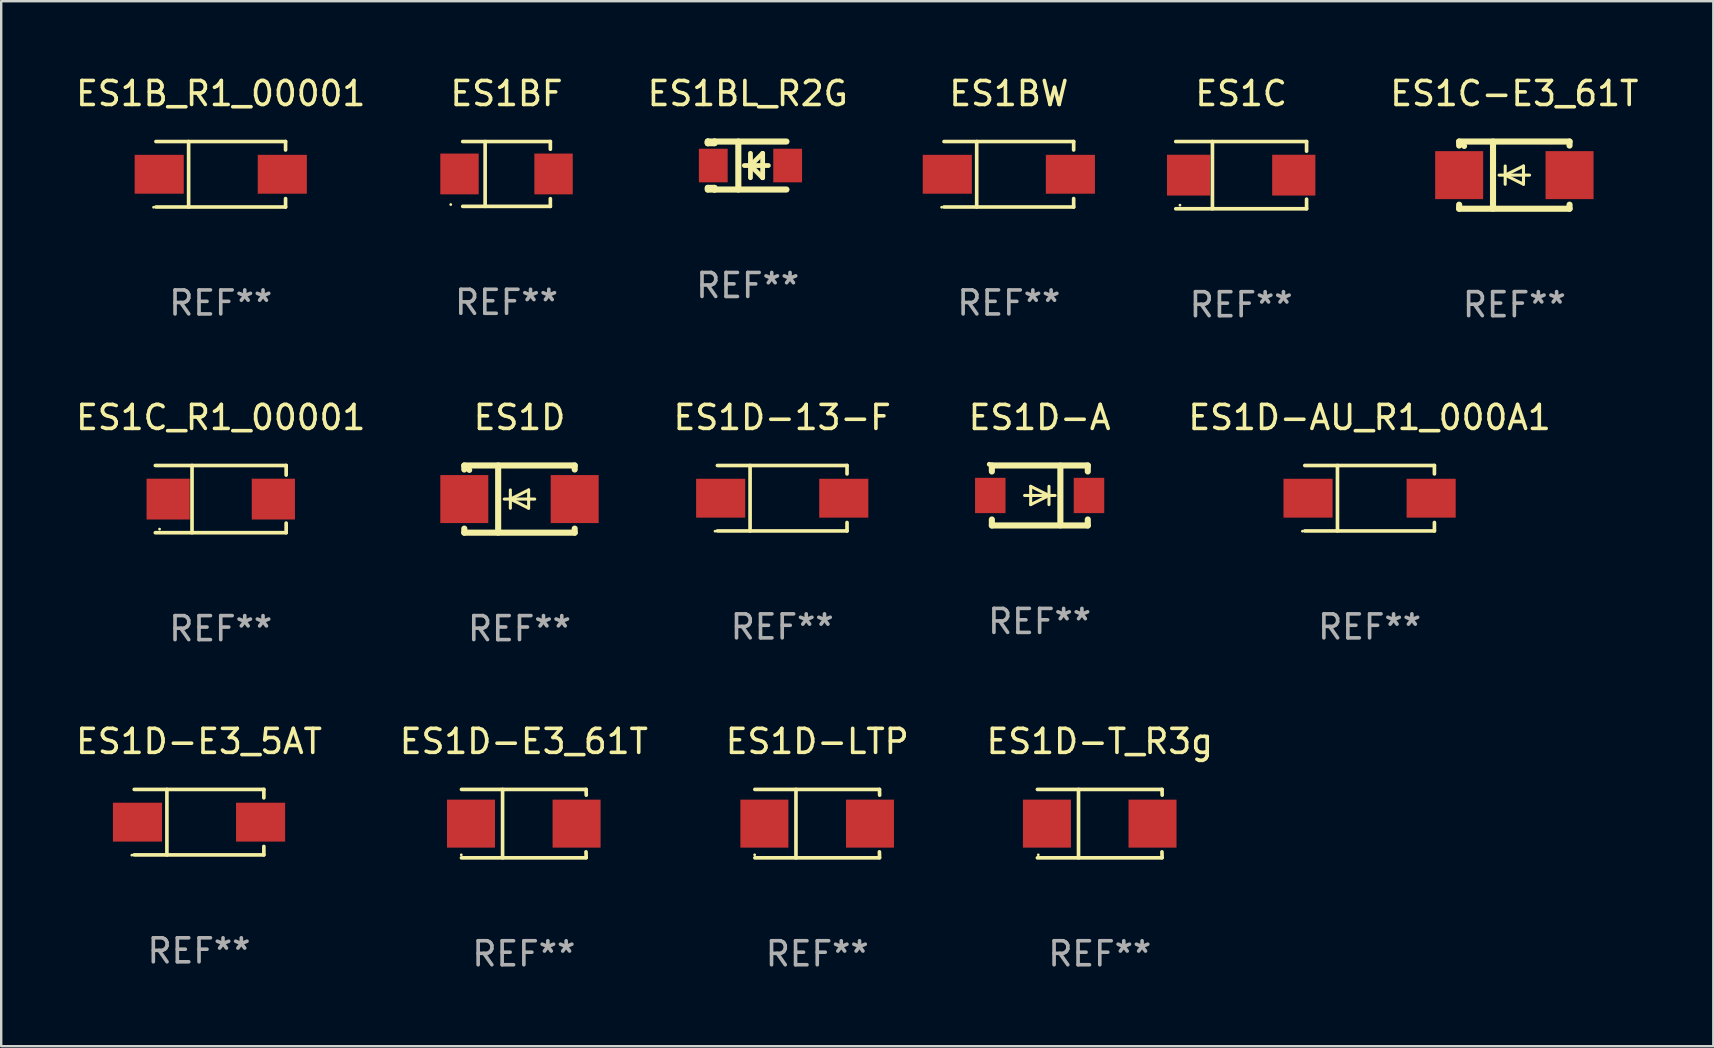
<source format=kicad_pcb>
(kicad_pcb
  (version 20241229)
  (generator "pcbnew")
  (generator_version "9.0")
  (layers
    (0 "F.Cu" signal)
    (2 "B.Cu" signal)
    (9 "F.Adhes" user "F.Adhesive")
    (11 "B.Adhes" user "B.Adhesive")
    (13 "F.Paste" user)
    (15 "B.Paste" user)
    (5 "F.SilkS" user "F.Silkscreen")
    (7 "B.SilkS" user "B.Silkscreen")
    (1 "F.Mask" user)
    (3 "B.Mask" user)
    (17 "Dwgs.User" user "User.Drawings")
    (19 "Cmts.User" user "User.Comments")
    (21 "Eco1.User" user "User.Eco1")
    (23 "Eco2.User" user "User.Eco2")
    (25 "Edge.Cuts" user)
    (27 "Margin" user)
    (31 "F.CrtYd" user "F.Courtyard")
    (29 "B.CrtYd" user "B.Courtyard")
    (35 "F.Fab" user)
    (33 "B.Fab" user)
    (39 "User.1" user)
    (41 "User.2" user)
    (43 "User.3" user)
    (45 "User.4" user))
  (footprint "ES1D-E3_61T"
    (layer "F.Cu")
    (at 18.78 31.272)
    (property "Reference" "ES1D-E3_61T" (at 0 -3.426 0) (layer "F.SilkS") (effects (font (size 1 1) (thickness 0.15))))
    (attr through_hole)
    (fp_line (start -2.6 -1.426) (end 2.593 -1.426) (stroke (width 0.152) (type solid)) (layer "F.SilkS"))
    (fp_line (start -2.6 1.426) (end 2.593 1.426) (stroke (width 0.152) (type solid)) (layer "F.SilkS"))
    (fp_line (start -0.887 -1.426) (end -0.887 1.426) (stroke (width 0.152) (type solid)) (layer "F.SilkS"))
    (fp_line (start 2.59 1.176) (end 2.597 1.415) (stroke (width 0.152) (type solid)) (layer "F.SilkS"))
    (fp_line (start 2.593 -1.426) (end 2.6 -1.187) (stroke (width 0.152) (type solid)) (layer "F.SilkS"))
    (fp_circle (center -2.608 1.3) (end -2.578 1.3) (stroke (width 0.06) (type solid)) (fill no) (layer "F.SilkS"))
    (fp_text user "REF**" (at 0 5.426 0) (layer "F.Fab") (effects (font (size 1 1) (thickness 0.15))))
    (pad "1" smd rect (at -2.203 0 180) (size 2 2) (layers "F.Cu" "F.Mask" "F.Paste"))
    (pad "2" smd rect (at 2.197 0 180) (size 2 2) (layers "F.Cu" "F.Mask" "F.Paste")))
  (footprint "ES1C_R1_00001"
    (layer "F.Cu")
    (at 6.149 17.748)
    (property "Reference" "ES1C_R1_00001" (at 0 -3.401 0) (layer "F.SilkS") (effects (font (size 1 1) (thickness 0.15))))
    (attr through_hole)
    (fp_line (start -2.726 -1.401) (end 2.726 -1.401) (stroke (width 0.152) (type solid)) (layer "F.SilkS"))
    (fp_line (start -2.726 1.401) (end 2.726 1.401) (stroke (width 0.152) (type solid)) (layer "F.SilkS"))
    (fp_line (start -1.197 -1.401) (end -1.197 1.401) (stroke (width 0.152) (type solid)) (layer "F.SilkS"))
    (fp_line (start 2.726 -1.401) (end 2.726 -1) (stroke (width 0.152) (type solid)) (layer "F.SilkS"))
    (fp_line (start 2.726 1.401) (end 2.726 1) (stroke (width 0.152) (type solid)) (layer "F.SilkS"))
    (fp_circle (center -2.55 1.25) (end -2.52 1.25) (stroke (width 0.06) (type solid)) (fill no) (layer "F.SilkS"))
    (fp_text user "REF**" (at 0 5.401 0) (layer "F.Fab") (effects (font (size 1 1) (thickness 0.15))))
    (pad "1" smd rect (at -2.192 0) (size 1.8 1.7) (layers "F.Cu" "F.Mask" "F.Paste"))
    (pad "2" smd rect (at 2.192 0) (size 1.8 1.7) (layers "F.Cu" "F.Mask" "F.Paste")))
  (footprint "ES1BL_R2G"
    (layer "F.Cu")
    (at 28.109 3.848)
    (property "Reference" "ES1BL_R2G" (at 0 -3 0) (layer "F.SilkS") (effects (font (size 1 1) (thickness 0.15))))
    (attr through_hole)
    (fp_line (start -1.664 -1) (end -1.664 -0.931) (stroke (width 0.254) (type solid)) (layer "F.SilkS"))
    (fp_line (start -1.664 -0.931) (end -1.664 -1) (stroke (width 0.254) (type solid)) (layer "F.SilkS"))
    (fp_line (start -1.664 0.931) (end -1.386 0.931) (stroke (width 0.254) (type solid)) (layer "F.SilkS"))
    (fp_line (start -1.664 1) (end -1.664 0.931) (stroke (width 0.254) (type solid)) (layer "F.SilkS"))
    (fp_line (start -1.386 -1) (end -1.664 -1) (stroke (width 0.254) (type solid)) (layer "F.SilkS"))
    (fp_line (start -1.386 -1) (end -1.386 -0.931) (stroke (width 0.254) (type solid)) (layer "F.SilkS"))
    (fp_line (start -1.386 -1) (end 1.614 -1) (stroke (width 0.254) (type solid)) (layer "F.SilkS"))
    (fp_line (start -1.386 -0.931) (end -1.664 -0.931) (stroke (width 0.254) (type solid)) (layer "F.SilkS"))
    (fp_line (start -1.386 0.931) (end -1.386 1) (stroke (width 0.254) (type solid)) (layer "F.SilkS"))
    (fp_line (start -1.386 1) (end -1.664 1) (stroke (width 0.254) (type solid)) (layer "F.SilkS"))
    (fp_line (start -1.386 1) (end 1.614 1) (stroke (width 0.254) (type solid)) (layer "F.SilkS"))
    (fp_line (start -0.392 -1) (end -0.392 1) (stroke (width 0.254) (type solid)) (layer "F.SilkS"))
    (fp_line (start -0.14 0) (end 0.86 0) (stroke (width 0.2) (type solid)) (layer "F.SilkS"))
    (fp_line (start 0.114 -0.508) (end 0.114 0.508) (stroke (width 0.2) (type solid)) (layer "F.SilkS"))
    (fp_line (start 0.114 0) (end 0.622 -0.508) (stroke (width 0.2) (type solid)) (layer "F.SilkS"))
    (fp_line (start 0.622 -0.508) (end 0.622 0.508) (stroke (width 0.2) (type solid)) (layer "F.SilkS"))
    (fp_line (start 0.622 0.508) (end 0.114 0) (stroke (width 0.2) (type solid)) (layer "F.SilkS"))
    (fp_circle (center -1.692 0.9) (end -1.662 0.9) (stroke (width 0.06) (type solid)) (fill no) (layer "F.SilkS"))
    (fp_text user "REF**" (at 0 5 0) (layer "F.Fab") (effects (font (size 1 1) (thickness 0.15))))
    (pad "1" smd rect (at -1.436 0) (size 1.2 1.4) (layers "F.Cu" "F.Mask" "F.Paste"))
    (pad "2" smd rect (at 1.664 0) (size 1.2 1.4) (layers "F.Cu" "F.Mask" "F.Paste")))
  (footprint "ES1C"
    (layer "F.Cu")
    (at 48.671 4.249)
    (property "Reference" "ES1C" (at 0 -3.401 0) (layer "F.SilkS") (effects (font (size 1 1) (thickness 0.15))))
    (attr through_hole)
    (fp_line (start -2.726 -1.401) (end 2.726 -1.401) (stroke (width 0.152) (type solid)) (layer "F.SilkS"))
    (fp_line (start -2.726 1.401) (end 2.726 1.401) (stroke (width 0.152) (type solid)) (layer "F.SilkS"))
    (fp_line (start -1.197 -1.401) (end -1.197 1.401) (stroke (width 0.152) (type solid)) (layer "F.SilkS"))
    (fp_line (start 2.726 -1.401) (end 2.726 -1) (stroke (width 0.152) (type solid)) (layer "F.SilkS"))
    (fp_line (start 2.726 1.401) (end 2.726 1) (stroke (width 0.152) (type solid)) (layer "F.SilkS"))
    (fp_circle (center -2.55 1.25) (end -2.52 1.25) (stroke (width 0.06) (type solid)) (fill no) (layer "F.SilkS"))
    (fp_text user "REF**" (at 0 5.401 0) (layer "F.Fab") (effects (font (size 1 1) (thickness 0.15))))
    (pad "1" smd rect (at -2.192 0) (size 1.8 1.7) (layers "F.Cu" "F.Mask" "F.Paste"))
    (pad "2" smd rect (at 2.192 0) (size 1.8 1.7) (layers "F.Cu" "F.Mask" "F.Paste")))
  (footprint "ES1D"
    (layer "F.Cu")
    (at 18.598 17.747)
    (property "Reference" "ES1D" (at 0 -3.4 0) (layer "F.SilkS") (effects (font (size 1 1) (thickness 0.15))))
    (attr through_hole)
    (fp_line (start -2.3 -1.4) (end -2.3 -1.231) (stroke (width 0.254) (type solid)) (layer "F.SilkS"))
    (fp_line (start -2.3 -1.4) (end 2.3 -1.4) (stroke (width 0.254) (type solid)) (layer "F.SilkS"))
    (fp_line (start -2.3 1.231) (end -2.3 1.4) (stroke (width 0.254) (type solid)) (layer "F.SilkS"))
    (fp_line (start -2.3 1.4) (end 2.3 1.4) (stroke (width 0.254) (type solid)) (layer "F.SilkS"))
    (fp_line (start -0.889 1.4) (end -0.889 -1.4) (stroke (width 0.254) (type solid)) (layer "F.SilkS"))
    (fp_line (start -0.381 0) (end -0.381 -0.381) (stroke (width 0.127) (type solid)) (layer "F.SilkS"))
    (fp_line (start -0.381 0) (end -0.381 0.381) (stroke (width 0.127) (type solid)) (layer "F.SilkS"))
    (fp_line (start 0.381 -0.381) (end -0.381 0) (stroke (width 0.127) (type solid)) (layer "F.SilkS"))
    (fp_line (start 0.381 0) (end 0.381 -0.381) (stroke (width 0.127) (type solid)) (layer "F.SilkS"))
    (fp_line (start 0.381 0) (end 0.381 0.381) (stroke (width 0.127) (type solid)) (layer "F.SilkS"))
    (fp_line (start 0.381 0.381) (end -0.381 0) (stroke (width 0.127) (type solid)) (layer "F.SilkS"))
    (fp_line (start 0.635 0) (end -0.635 0) (stroke (width 0.127) (type solid)) (layer "F.SilkS"))
    (fp_line (start 2.3 -1.4) (end 2.3 -1.231) (stroke (width 0.254) (type solid)) (layer "F.SilkS"))
    (fp_line (start 2.3 1.231) (end 2.3 1.4) (stroke (width 0.254) (type solid)) (layer "F.SilkS"))
    (fp_circle (center -2.088 -1.208) (end -2.028 -1.208) (stroke (width 0.12) (type solid)) (fill no) (layer "F.SilkS"))
    (fp_text user "REF**" (at 0 5.4 0) (layer "F.Fab") (effects (font (size 1 1) (thickness 0.15))))
    (pad "1" smd rect (at -2.3 0 180) (size 2 2) (layers "F.Cu" "F.Mask" "F.Paste"))
    (pad "2" smd rect (at 2.3 0 180) (size 2 2) (layers "F.Cu" "F.Mask" "F.Paste")))
  (footprint "ES1BW"
    (layer "F.Cu")
    (at 38.99 4.212)
    (property "Reference" "ES1BW" (at 0 -3.364 0) (layer "F.SilkS") (effects (font (size 1 1) (thickness 0.15))))
    (attr through_hole)
    (fp_line (start -2.701 -1.364) (end 2.701 -1.364) (stroke (width 0.152) (type solid)) (layer "F.SilkS"))
    (fp_line (start -2.701 1.364) (end 2.701 1.364) (stroke (width 0.152) (type solid)) (layer "F.SilkS"))
    (fp_line (start -1.339 -1.364) (end -1.339 1.364) (stroke (width 0.152) (type solid)) (layer "F.SilkS"))
    (fp_line (start 2.701 -1.364) (end 2.701 -1.013) (stroke (width 0.152) (type solid)) (layer "F.SilkS"))
    (fp_line (start 2.701 1.364) (end 2.701 1.013) (stroke (width 0.152) (type solid)) (layer "F.SilkS"))
    (fp_circle (center -2.8 1.375) (end -2.77 1.375) (stroke (width 0.06) (type solid)) (fill no) (layer "F.SilkS"))
    (fp_text user "REF**" (at 0 5.364 0) (layer "F.Fab") (effects (font (size 1 1) (thickness 0.15))))
    (pad "1" smd rect (at -2.565 -0.000025) (size 2.046 1.62) (layers "F.Cu" "F.Mask" "F.Paste"))
    (pad "2" smd rect (at 2.565 -0.000025) (size 2.046 1.62) (layers "F.Cu" "F.Mask" "F.Paste")))
  (footprint "ES1BF"
    (layer "F.Cu")
    (at 18.058 4.199)
    (property "Reference" "ES1BF" (at 0 -3.351 0) (layer "F.SilkS") (effects (font (size 1 1) (thickness 0.15))))
    (attr through_hole)
    (fp_line (start -1.826 -1.351) (end 1.826 -1.351) (stroke (width 0.152) (type solid)) (layer "F.SilkS"))
    (fp_line (start -1.826 1.351) (end 1.826 1.351) (stroke (width 0.152) (type solid)) (layer "F.SilkS"))
    (fp_line (start -0.892 -1.351) (end -0.892 1.351) (stroke (width 0.152) (type solid)) (layer "F.SilkS"))
    (fp_line (start 1.826 -1.351) (end 1.826 -1.03) (stroke (width 0.152) (type solid)) (layer "F.SilkS"))
    (fp_line (start 1.826 1.03) (end 1.826 1.351) (stroke (width 0.152) (type solid)) (layer "F.SilkS"))
    (fp_circle (center -2.325 1.275) (end -2.295 1.275) (stroke (width 0.06) (type solid)) (fill no) (layer "F.SilkS"))
    (fp_text user "REF**" (at 0 5.351 0) (layer "F.Fab") (effects (font (size 1 1) (thickness 0.15))))
    (pad "1" smd rect (at -1.96 0 180) (size 1.6 1.7) (layers "F.Cu" "F.Mask" "F.Paste"))
    (pad "2" smd rect (at 1.96 0 180) (size 1.6 1.7) (layers "F.Cu" "F.Mask" "F.Paste")))
  (footprint "ES1D-LTP"
    (layer "F.Cu")
    (at 31.006 31.272)
    (property "Reference" "ES1D-LTP" (at 0 -3.426 0) (layer "F.SilkS") (effects (font (size 1 1) (thickness 0.15))))
    (attr through_hole)
    (fp_line (start -2.6 -1.426) (end 2.593 -1.426) (stroke (width 0.152) (type solid)) (layer "F.SilkS"))
    (fp_line (start -2.6 1.426) (end 2.593 1.426) (stroke (width 0.152) (type solid)) (layer "F.SilkS"))
    (fp_line (start -0.887 -1.426) (end -0.887 1.426) (stroke (width 0.152) (type solid)) (layer "F.SilkS"))
    (fp_line (start 2.59 1.176) (end 2.597 1.415) (stroke (width 0.152) (type solid)) (layer "F.SilkS"))
    (fp_line (start 2.593 -1.426) (end 2.6 -1.187) (stroke (width 0.152) (type solid)) (layer "F.SilkS"))
    (fp_circle (center -2.608 1.3) (end -2.578 1.3) (stroke (width 0.06) (type solid)) (fill no) (layer "F.SilkS"))
    (fp_text user "REF**" (at 0 5.426 0) (layer "F.Fab") (effects (font (size 1 1) (thickness 0.15))))
    (pad "1" smd rect (at -2.203 0 180) (size 2 2) (layers "F.Cu" "F.Mask" "F.Paste"))
    (pad "2" smd rect (at 2.197 0 180) (size 2 2) (layers "F.Cu" "F.Mask" "F.Paste")))
  (footprint "ES1D-E3_5AT"
    (layer "F.Cu")
    (at 5.244 31.21)
    (property "Reference" "ES1D-E3_5AT" (at 0 -3.364 0) (layer "F.SilkS") (effects (font (size 1 1) (thickness 0.15))))
    (attr through_hole)
    (fp_line (start -2.701 -1.364) (end 2.701 -1.364) (stroke (width 0.152) (type solid)) (layer "F.SilkS"))
    (fp_line (start -2.701 1.364) (end 2.701 1.364) (stroke (width 0.152) (type solid)) (layer "F.SilkS"))
    (fp_line (start -1.339 -1.364) (end -1.339 1.364) (stroke (width 0.152) (type solid)) (layer "F.SilkS"))
    (fp_line (start 2.701 -1.364) (end 2.701 -1.013) (stroke (width 0.152) (type solid)) (layer "F.SilkS"))
    (fp_line (start 2.701 1.364) (end 2.701 1.013) (stroke (width 0.152) (type solid)) (layer "F.SilkS"))
    (fp_circle (center -2.8 1.375) (end -2.77 1.375) (stroke (width 0.06) (type solid)) (fill no) (layer "F.SilkS"))
    (fp_text user "REF**" (at 0 5.364 0) (layer "F.Fab") (effects (font (size 1 1) (thickness 0.15))))
    (pad "1" smd rect (at -2.565 -0.000025) (size 2.046 1.62) (layers "F.Cu" "F.Mask" "F.Paste"))
    (pad "2" smd rect (at 2.565 -0.000025) (size 2.046 1.62) (layers "F.Cu" "F.Mask" "F.Paste")))
  (footprint "ES1D-AU_R1_000A1"
    (layer "F.Cu")
    (at 54.023 17.711)
    (property "Reference" "ES1D-AU_R1_000A1" (at 0 -3.364 0) (layer "F.SilkS") (effects (font (size 1 1) (thickness 0.15))))
    (attr through_hole)
    (fp_line (start -2.701 -1.364) (end 2.701 -1.364) (stroke (width 0.152) (type solid)) (layer "F.SilkS"))
    (fp_line (start -2.701 1.364) (end 2.701 1.364) (stroke (width 0.152) (type solid)) (layer "F.SilkS"))
    (fp_line (start -1.339 -1.364) (end -1.339 1.364) (stroke (width 0.152) (type solid)) (layer "F.SilkS"))
    (fp_line (start 2.701 -1.364) (end 2.701 -1.013) (stroke (width 0.152) (type solid)) (layer "F.SilkS"))
    (fp_line (start 2.701 1.364) (end 2.701 1.013) (stroke (width 0.152) (type solid)) (layer "F.SilkS"))
    (fp_circle (center -2.8 1.375) (end -2.77 1.375) (stroke (width 0.06) (type solid)) (fill no) (layer "F.SilkS"))
    (fp_text user "REF**" (at 0 5.364 0) (layer "F.Fab") (effects (font (size 1 1) (thickness 0.15))))
    (pad "1" smd rect (at -2.565 -0.000025) (size 2.046 1.62) (layers "F.Cu" "F.Mask" "F.Paste"))
    (pad "2" smd rect (at 2.565 -0.000025) (size 2.046 1.62) (layers "F.Cu" "F.Mask" "F.Paste")))
  (footprint "ES1D-13-F"
    (layer "F.Cu")
    (at 29.546 17.711)
    (property "Reference" "ES1D-13-F" (at 0 -3.364 0) (layer "F.SilkS") (effects (font (size 1 1) (thickness 0.15))))
    (attr through_hole)
    (fp_line (start -2.701 -1.364) (end 2.701 -1.364) (stroke (width 0.152) (type solid)) (layer "F.SilkS"))
    (fp_line (start -2.701 1.364) (end 2.701 1.364) (stroke (width 0.152) (type solid)) (layer "F.SilkS"))
    (fp_line (start -1.339 -1.364) (end -1.339 1.364) (stroke (width 0.152) (type solid)) (layer "F.SilkS"))
    (fp_line (start 2.701 -1.364) (end 2.701 -1.013) (stroke (width 0.152) (type solid)) (layer "F.SilkS"))
    (fp_line (start 2.701 1.364) (end 2.701 1.013) (stroke (width 0.152) (type solid)) (layer "F.SilkS"))
    (fp_circle (center -2.8 1.375) (end -2.77 1.375) (stroke (width 0.06) (type solid)) (fill no) (layer "F.SilkS"))
    (fp_text user "REF**" (at 0 5.364 0) (layer "F.Fab") (effects (font (size 1 1) (thickness 0.15))))
    (pad "1" smd rect (at -2.565 -0.000025) (size 2.046 1.62) (layers "F.Cu" "F.Mask" "F.Paste"))
    (pad "2" smd rect (at 2.565 -0.000025) (size 2.046 1.62) (layers "F.Cu" "F.Mask" "F.Paste")))
  (footprint "ES1B_R1_00001"
    (layer "F.Cu")
    (at 6.149 4.212)
    (property "Reference" "ES1B_R1_00001" (at 0 -3.364 0) (layer "F.SilkS") (effects (font (size 1 1) (thickness 0.15))))
    (attr through_hole)
    (fp_line (start -2.701 -1.364) (end 2.701 -1.364) (stroke (width 0.152) (type solid)) (layer "F.SilkS"))
    (fp_line (start -2.701 1.364) (end 2.701 1.364) (stroke (width 0.152) (type solid)) (layer "F.SilkS"))
    (fp_line (start -1.339 -1.364) (end -1.339 1.364) (stroke (width 0.152) (type solid)) (layer "F.SilkS"))
    (fp_line (start 2.701 -1.364) (end 2.701 -1.013) (stroke (width 0.152) (type solid)) (layer "F.SilkS"))
    (fp_line (start 2.701 1.364) (end 2.701 1.013) (stroke (width 0.152) (type solid)) (layer "F.SilkS"))
    (fp_circle (center -2.8 1.375) (end -2.77 1.375) (stroke (width 0.06) (type solid)) (fill no) (layer "F.SilkS"))
    (fp_text user "REF**" (at 0 5.364 0) (layer "F.Fab") (effects (font (size 1 1) (thickness 0.15))))
    (pad "1" smd rect (at -2.565 -0.000025) (size 2.046 1.62) (layers "F.Cu" "F.Mask" "F.Paste"))
    (pad "2" smd rect (at 2.565 -0.000025) (size 2.046 1.62) (layers "F.Cu" "F.Mask" "F.Paste")))
  (footprint "ES1D-T_R3g"
    (layer "F.Cu")
    (at 42.78 31.272)
    (property "Reference" "ES1D-T_R3g" (at 0 -3.426 0) (layer "F.SilkS") (effects (font (size 1 1) (thickness 0.15))))
    (attr through_hole)
    (fp_line (start -2.6 -1.426) (end 2.593 -1.426) (stroke (width 0.152) (type solid)) (layer "F.SilkS"))
    (fp_line (start -2.6 1.426) (end 2.593 1.426) (stroke (width 0.152) (type solid)) (layer "F.SilkS"))
    (fp_line (start -0.887 -1.426) (end -0.887 1.426) (stroke (width 0.152) (type solid)) (layer "F.SilkS"))
    (fp_line (start 2.59 1.176) (end 2.597 1.415) (stroke (width 0.152) (type solid)) (layer "F.SilkS"))
    (fp_line (start 2.593 -1.426) (end 2.6 -1.187) (stroke (width 0.152) (type solid)) (layer "F.SilkS"))
    (fp_circle (center -2.563 1.3) (end -2.533 1.3) (stroke (width 0.06) (type solid)) (fill no) (layer "F.SilkS"))
    (fp_text user "REF**" (at 0 5.426 0) (layer "F.Fab") (effects (font (size 1 1) (thickness 0.15))))
    (pad "1" smd rect (at -2.203 -0.000025 180) (size 2 2) (layers "F.Cu" "F.Mask" "F.Paste"))
    (pad "2" smd rect (at 2.197 -0.000025 180) (size 2 2) (layers "F.Cu" "F.Mask" "F.Paste")))
  (footprint "ES1C-E3_61T"
    (layer "F.Cu")
    (at 60.055 4.248)
    (property "Reference" "ES1C-E3_61T" (at 0 -3.4 0) (layer "F.SilkS") (effects (font (size 1 1) (thickness 0.15))))
    (attr through_hole)
    (fp_line (start -2.3 -1.4) (end -2.3 -1.231) (stroke (width 0.254) (type solid)) (layer "F.SilkS"))
    (fp_line (start -2.3 -1.4) (end 2.3 -1.4) (stroke (width 0.254) (type solid)) (layer "F.SilkS"))
    (fp_line (start -2.3 1.231) (end -2.3 1.4) (stroke (width 0.254) (type solid)) (layer "F.SilkS"))
    (fp_line (start -2.3 1.4) (end 2.3 1.4) (stroke (width 0.254) (type solid)) (layer "F.SilkS"))
    (fp_line (start -0.889 1.4) (end -0.889 -1.4) (stroke (width 0.254) (type solid)) (layer "F.SilkS"))
    (fp_line (start -0.381 0) (end -0.381 -0.381) (stroke (width 0.127) (type solid)) (layer "F.SilkS"))
    (fp_line (start -0.381 0) (end -0.381 0.381) (stroke (width 0.127) (type solid)) (layer "F.SilkS"))
    (fp_line (start 0.381 -0.381) (end -0.381 0) (stroke (width 0.127) (type solid)) (layer "F.SilkS"))
    (fp_line (start 0.381 0) (end 0.381 -0.381) (stroke (width 0.127) (type solid)) (layer "F.SilkS"))
    (fp_line (start 0.381 0) (end 0.381 0.381) (stroke (width 0.127) (type solid)) (layer "F.SilkS"))
    (fp_line (start 0.381 0.381) (end -0.381 0) (stroke (width 0.127) (type solid)) (layer "F.SilkS"))
    (fp_line (start 0.635 0) (end -0.635 0) (stroke (width 0.127) (type solid)) (layer "F.SilkS"))
    (fp_line (start 2.3 -1.4) (end 2.3 -1.231) (stroke (width 0.254) (type solid)) (layer "F.SilkS"))
    (fp_line (start 2.3 1.231) (end 2.3 1.4) (stroke (width 0.254) (type solid)) (layer "F.SilkS"))
    (fp_circle (center -2.088 -1.208) (end -2.028 -1.208) (stroke (width 0.12) (type solid)) (fill no) (layer "F.SilkS"))
    (fp_text user "REF**" (at 0 5.4 0) (layer "F.Fab") (effects (font (size 1 1) (thickness 0.15))))
    (pad "1" smd rect (at -2.3 0 180) (size 2 2) (layers "F.Cu" "F.Mask" "F.Paste"))
    (pad "2" smd rect (at 2.3 0 180) (size 2 2) (layers "F.Cu" "F.Mask" "F.Paste")))
  (footprint "ES1D-A"
    (layer "F.Cu")
    (at 40.273 17.597)
    (property "Reference" "ES1D-A" (at 0 -3.25 0) (layer "F.SilkS") (effects (font (size 1 1) (thickness 0.15))))
    (attr through_hole)
    (fp_line (start -1.991 -1.25) (end 2.007 -1.25) (stroke (width 0.254) (type solid)) (layer "F.SilkS"))
    (fp_line (start -1.991 -1) (end -1.991 -1.25) (stroke (width 0.254) (type solid)) (layer "F.SilkS"))
    (fp_line (start -1.991 1.25) (end -1.991 1) (stroke (width 0.254) (type solid)) (layer "F.SilkS"))
    (fp_line (start -0.627 0) (end 0.643 0) (stroke (width 0.127) (type solid)) (layer "F.SilkS"))
    (fp_line (start -0.373 -0.381) (end 0.389 0) (stroke (width 0.127) (type solid)) (layer "F.SilkS"))
    (fp_line (start -0.373 0) (end -0.373 -0.381) (stroke (width 0.127) (type solid)) (layer "F.SilkS"))
    (fp_line (start -0.373 0) (end -0.373 0.381) (stroke (width 0.127) (type solid)) (layer "F.SilkS"))
    (fp_line (start -0.373 0.381) (end 0.389 0) (stroke (width 0.127) (type solid)) (layer "F.SilkS"))
    (fp_line (start 0.389 0) (end 0.389 -0.381) (stroke (width 0.127) (type solid)) (layer "F.SilkS"))
    (fp_line (start 0.389 0) (end 0.389 0.381) (stroke (width 0.127) (type solid)) (layer "F.SilkS"))
    (fp_line (start 0.864 -1.245) (end 0.864 1.245) (stroke (width 0.254) (type solid)) (layer "F.SilkS"))
    (fp_line (start 2.007 -1) (end 2.007 -1.25) (stroke (width 0.254) (type solid)) (layer "F.SilkS"))
    (fp_line (start 2.007 1.25) (end -1.991 1.25) (stroke (width 0.254) (type solid)) (layer "F.SilkS"))
    (fp_line (start 2.007 1.25) (end 2.007 1) (stroke (width 0.254) (type solid)) (layer "F.SilkS"))
    (fp_circle (center -2.1 -1.3) (end -2.05 -1.3) (stroke (width 0.1) (type solid)) (fill no) (layer "F.SilkS"))
    (fp_text user "REF**" (at 0 5.25 0) (layer "F.Fab") (effects (font (size 1 1) (thickness 0.15))))
    (pad "1" smd rect (at -2.057 0) (size 1.27 1.471) (layers "F.Cu" "F.Mask" "F.Paste"))
    (pad "2" smd rect (at 2.057 0) (size 1.27 1.471) (layers "F.Cu" "F.Mask" "F.Paste")))
  (gr_rect
    (start -3 -3)
    (end 68.346 40.547)
    (stroke (width 0.1) (type default))
    (fill no)
    (layer "Edge.Cuts")))
</source>
